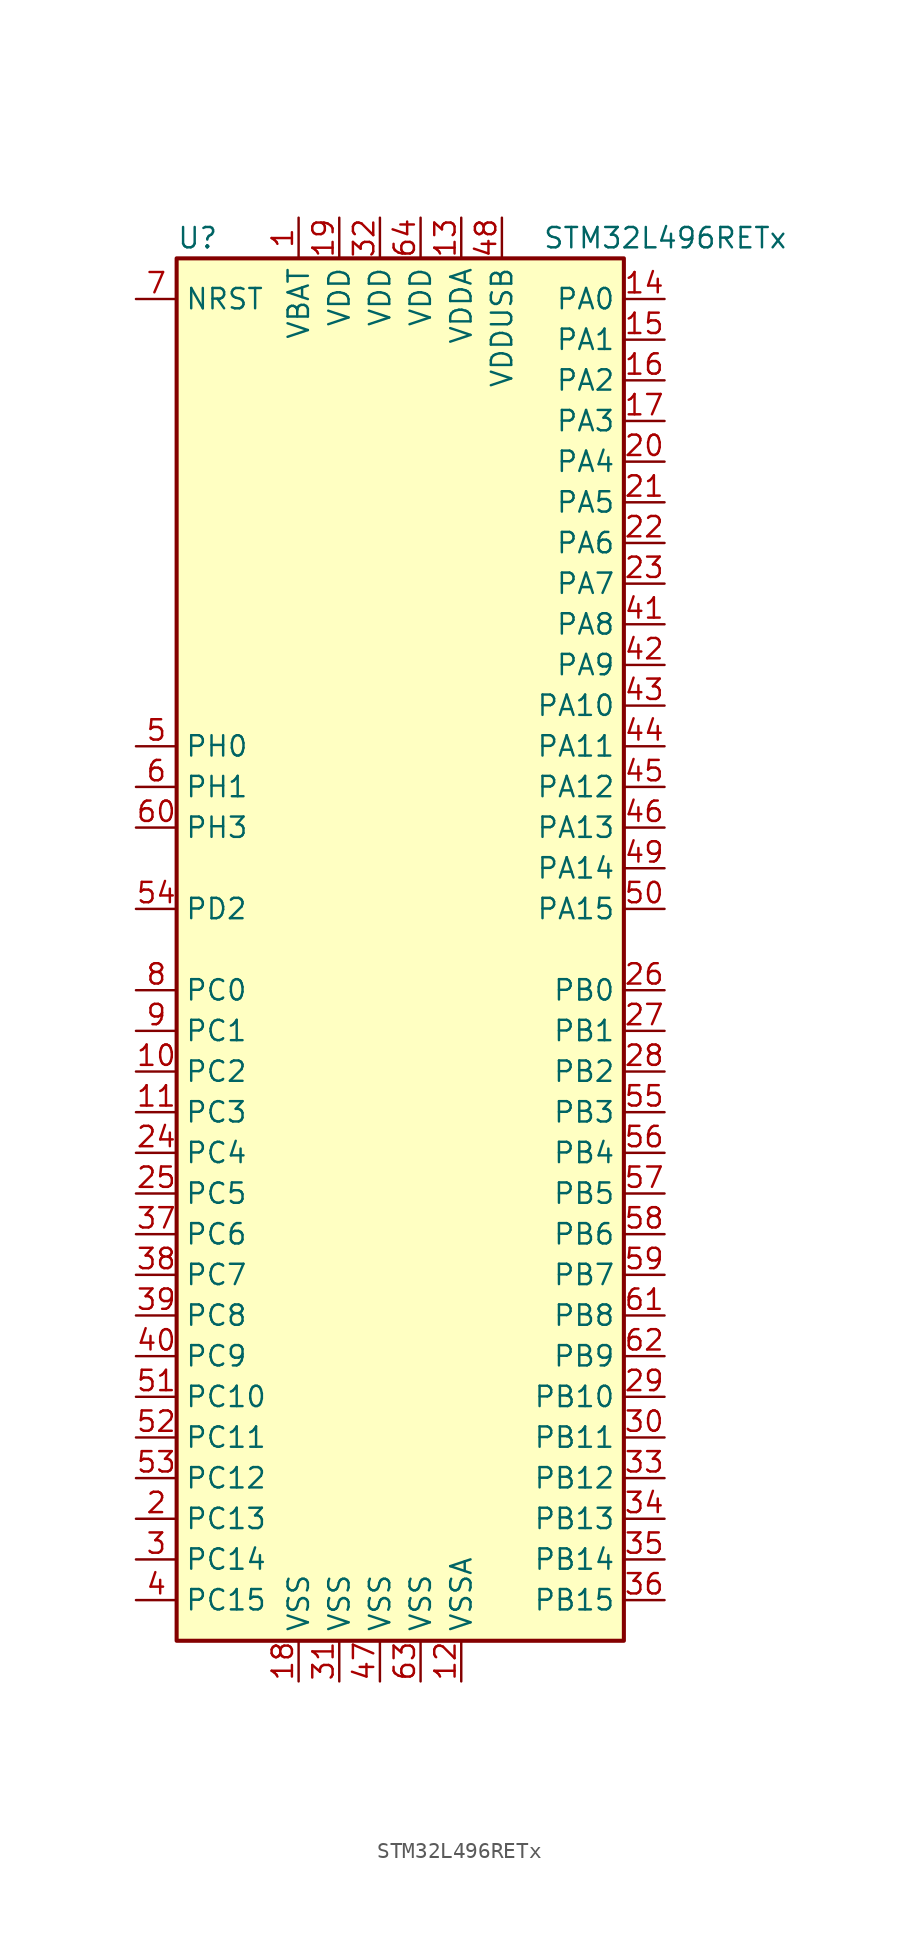
<source format=kicad_sym>
(kicad_symbol_lib
  (version 20201005)
  (generator kicad_symbol_editor)
  (symbol "STM32L496RETx"
    (property "Reference" "U"
      (at -15.24 44.45 0)
      (effects (font (size 1.27 1.27)) (justify left)))
    (property "Value" "STM32L496RETx"
      (at 7.62 44.45 0)
      (effects (font (size 1.27 1.27)) (justify left)))
    (symbol "STM32L496RETx_0_1"
      (rectangle (start -15.24 -43.18) (end 12.7 43.18) (stroke (width 0.254)) (fill (type background))))
    (symbol "STM32L496RETx_1_1"
      (pin input line (at -17.78 40.64 0) (length 2.54) (name "NRST" (effects (font (size 1.27 1.27)))) (number "7" (effects (font (size 1.27 1.27)))))
      (pin bidirectional line (at 15.24 40.64 180) (length 2.54) (name "PA0" (effects (font (size 1.27 1.27)))) (number "14" (effects (font (size 1.27 1.27)))))
      (pin bidirectional line (at 15.24 38.1 180) (length 2.54) (name "PA1" (effects (font (size 1.27 1.27)))) (number "15" (effects (font (size 1.27 1.27)))))
      (pin bidirectional line (at 15.24 15.24 180) (length 2.54) (name "PA10" (effects (font (size 1.27 1.27)))) (number "43" (effects (font (size 1.27 1.27)))))
      (pin bidirectional line (at 15.24 12.7 180) (length 2.54) (name "PA11" (effects (font (size 1.27 1.27)))) (number "44" (effects (font (size 1.27 1.27)))))
      (pin bidirectional line (at 15.24 10.16 180) (length 2.54) (name "PA12" (effects (font (size 1.27 1.27)))) (number "45" (effects (font (size 1.27 1.27)))))
      (pin bidirectional line (at 15.24 7.62 180) (length 2.54) (name "PA13" (effects (font (size 1.27 1.27)))) (number "46" (effects (font (size 1.27 1.27)))))
      (pin bidirectional line (at 15.24 5.08 180) (length 2.54) (name "PA14" (effects (font (size 1.27 1.27)))) (number "49" (effects (font (size 1.27 1.27)))))
      (pin bidirectional line (at 15.24 2.54 180) (length 2.54) (name "PA15" (effects (font (size 1.27 1.27)))) (number "50" (effects (font (size 1.27 1.27)))))
      (pin bidirectional line (at 15.24 35.56 180) (length 2.54) (name "PA2" (effects (font (size 1.27 1.27)))) (number "16" (effects (font (size 1.27 1.27)))))
      (pin bidirectional line (at 15.24 33.02 180) (length 2.54) (name "PA3" (effects (font (size 1.27 1.27)))) (number "17" (effects (font (size 1.27 1.27)))))
      (pin bidirectional line (at 15.24 30.48 180) (length 2.54) (name "PA4" (effects (font (size 1.27 1.27)))) (number "20" (effects (font (size 1.27 1.27)))))
      (pin bidirectional line (at 15.24 27.94 180) (length 2.54) (name "PA5" (effects (font (size 1.27 1.27)))) (number "21" (effects (font (size 1.27 1.27)))))
      (pin bidirectional line (at 15.24 25.4 180) (length 2.54) (name "PA6" (effects (font (size 1.27 1.27)))) (number "22" (effects (font (size 1.27 1.27)))))
      (pin bidirectional line (at 15.24 22.86 180) (length 2.54) (name "PA7" (effects (font (size 1.27 1.27)))) (number "23" (effects (font (size 1.27 1.27)))))
      (pin bidirectional line (at 15.24 20.32 180) (length 2.54) (name "PA8" (effects (font (size 1.27 1.27)))) (number "41" (effects (font (size 1.27 1.27)))))
      (pin bidirectional line (at 15.24 17.78 180) (length 2.54) (name "PA9" (effects (font (size 1.27 1.27)))) (number "42" (effects (font (size 1.27 1.27)))))
      (pin bidirectional line (at 15.24 -2.54 180) (length 2.54) (name "PB0" (effects (font (size 1.27 1.27)))) (number "26" (effects (font (size 1.27 1.27)))))
      (pin bidirectional line (at 15.24 -5.08 180) (length 2.54) (name "PB1" (effects (font (size 1.27 1.27)))) (number "27" (effects (font (size 1.27 1.27)))))
      (pin bidirectional line (at 15.24 -27.94 180) (length 2.54) (name "PB10" (effects (font (size 1.27 1.27)))) (number "29" (effects (font (size 1.27 1.27)))))
      (pin bidirectional line (at 15.24 -30.48 180) (length 2.54) (name "PB11" (effects (font (size 1.27 1.27)))) (number "30" (effects (font (size 1.27 1.27)))))
      (pin bidirectional line (at 15.24 -33.02 180) (length 2.54) (name "PB12" (effects (font (size 1.27 1.27)))) (number "33" (effects (font (size 1.27 1.27)))))
      (pin bidirectional line (at 15.24 -35.56 180) (length 2.54) (name "PB13" (effects (font (size 1.27 1.27)))) (number "34" (effects (font (size 1.27 1.27)))))
      (pin bidirectional line (at 15.24 -38.1 180) (length 2.54) (name "PB14" (effects (font (size 1.27 1.27)))) (number "35" (effects (font (size 1.27 1.27)))))
      (pin bidirectional line (at 15.24 -40.64 180) (length 2.54) (name "PB15" (effects (font (size 1.27 1.27)))) (number "36" (effects (font (size 1.27 1.27)))))
      (pin bidirectional line (at 15.24 -7.62 180) (length 2.54) (name "PB2" (effects (font (size 1.27 1.27)))) (number "28" (effects (font (size 1.27 1.27)))))
      (pin bidirectional line (at 15.24 -10.16 180) (length 2.54) (name "PB3" (effects (font (size 1.27 1.27)))) (number "55" (effects (font (size 1.27 1.27)))))
      (pin bidirectional line (at 15.24 -12.7 180) (length 2.54) (name "PB4" (effects (font (size 1.27 1.27)))) (number "56" (effects (font (size 1.27 1.27)))))
      (pin bidirectional line (at 15.24 -15.24 180) (length 2.54) (name "PB5" (effects (font (size 1.27 1.27)))) (number "57" (effects (font (size 1.27 1.27)))))
      (pin bidirectional line (at 15.24 -17.78 180) (length 2.54) (name "PB6" (effects (font (size 1.27 1.27)))) (number "58" (effects (font (size 1.27 1.27)))))
      (pin bidirectional line (at 15.24 -20.32 180) (length 2.54) (name "PB7" (effects (font (size 1.27 1.27)))) (number "59" (effects (font (size 1.27 1.27)))))
      (pin bidirectional line (at 15.24 -22.86 180) (length 2.54) (name "PB8" (effects (font (size 1.27 1.27)))) (number "61" (effects (font (size 1.27 1.27)))))
      (pin bidirectional line (at 15.24 -25.4 180) (length 2.54) (name "PB9" (effects (font (size 1.27 1.27)))) (number "62" (effects (font (size 1.27 1.27)))))
      (pin bidirectional line (at -17.78 -2.54 0) (length 2.54) (name "PC0" (effects (font (size 1.27 1.27)))) (number "8" (effects (font (size 1.27 1.27)))))
      (pin bidirectional line (at -17.78 -5.08 0) (length 2.54) (name "PC1" (effects (font (size 1.27 1.27)))) (number "9" (effects (font (size 1.27 1.27)))))
      (pin bidirectional line (at -17.78 -27.94 0) (length 2.54) (name "PC10" (effects (font (size 1.27 1.27)))) (number "51" (effects (font (size 1.27 1.27)))))
      (pin bidirectional line (at -17.78 -30.48 0) (length 2.54) (name "PC11" (effects (font (size 1.27 1.27)))) (number "52" (effects (font (size 1.27 1.27)))))
      (pin bidirectional line (at -17.78 -33.02 0) (length 2.54) (name "PC12" (effects (font (size 1.27 1.27)))) (number "53" (effects (font (size 1.27 1.27)))))
      (pin bidirectional line (at -17.78 -35.56 0) (length 2.54) (name "PC13" (effects (font (size 1.27 1.27)))) (number "2" (effects (font (size 1.27 1.27)))))
      (pin bidirectional line (at -17.78 -38.1 0) (length 2.54) (name "PC14" (effects (font (size 1.27 1.27)))) (number "3" (effects (font (size 1.27 1.27)))))
      (pin bidirectional line (at -17.78 -40.64 0) (length 2.54) (name "PC15" (effects (font (size 1.27 1.27)))) (number "4" (effects (font (size 1.27 1.27)))))
      (pin bidirectional line (at -17.78 -7.62 0) (length 2.54) (name "PC2" (effects (font (size 1.27 1.27)))) (number "10" (effects (font (size 1.27 1.27)))))
      (pin bidirectional line (at -17.78 -10.16 0) (length 2.54) (name "PC3" (effects (font (size 1.27 1.27)))) (number "11" (effects (font (size 1.27 1.27)))))
      (pin bidirectional line (at -17.78 -12.7 0) (length 2.54) (name "PC4" (effects (font (size 1.27 1.27)))) (number "24" (effects (font (size 1.27 1.27)))))
      (pin bidirectional line (at -17.78 -15.24 0) (length 2.54) (name "PC5" (effects (font (size 1.27 1.27)))) (number "25" (effects (font (size 1.27 1.27)))))
      (pin bidirectional line (at -17.78 -17.78 0) (length 2.54) (name "PC6" (effects (font (size 1.27 1.27)))) (number "37" (effects (font (size 1.27 1.27)))))
      (pin bidirectional line (at -17.78 -20.32 0) (length 2.54) (name "PC7" (effects (font (size 1.27 1.27)))) (number "38" (effects (font (size 1.27 1.27)))))
      (pin bidirectional line (at -17.78 -22.86 0) (length 2.54) (name "PC8" (effects (font (size 1.27 1.27)))) (number "39" (effects (font (size 1.27 1.27)))))
      (pin bidirectional line (at -17.78 -25.4 0) (length 2.54) (name "PC9" (effects (font (size 1.27 1.27)))) (number "40" (effects (font (size 1.27 1.27)))))
      (pin bidirectional line (at -17.78 2.54 0) (length 2.54) (name "PD2" (effects (font (size 1.27 1.27)))) (number "54" (effects (font (size 1.27 1.27)))))
      (pin input line (at -17.78 12.7 0) (length 2.54) (name "PH0" (effects (font (size 1.27 1.27)))) (number "5" (effects (font (size 1.27 1.27)))))
      (pin input line (at -17.78 10.16 0) (length 2.54) (name "PH1" (effects (font (size 1.27 1.27)))) (number "6" (effects (font (size 1.27 1.27)))))
      (pin bidirectional line (at -17.78 7.62 0) (length 2.54) (name "PH3" (effects (font (size 1.27 1.27)))) (number "60" (effects (font (size 1.27 1.27)))))
      (pin power_in line (at -7.62 45.72 270) (length 2.54) (name "VBAT" (effects (font (size 1.27 1.27)))) (number "1" (effects (font (size 1.27 1.27)))))
      (pin power_in line (at -5.08 45.72 270) (length 2.54) (name "VDD" (effects (font (size 1.27 1.27)))) (number "19" (effects (font (size 1.27 1.27)))))
      (pin power_in line (at -2.54 45.72 270) (length 2.54) (name "VDD" (effects (font (size 1.27 1.27)))) (number "32" (effects (font (size 1.27 1.27)))))
      (pin power_in line (at 0 45.72 270) (length 2.54) (name "VDD" (effects (font (size 1.27 1.27)))) (number "64" (effects (font (size 1.27 1.27)))))
      (pin power_in line (at 2.54 45.72 270) (length 2.54) (name "VDDA" (effects (font (size 1.27 1.27)))) (number "13" (effects (font (size 1.27 1.27)))))
      (pin power_in line (at 5.08 45.72 270) (length 2.54) (name "VDDUSB" (effects (font (size 1.27 1.27)))) (number "48" (effects (font (size 1.27 1.27)))))
      (pin power_in line (at -7.62 -45.72 90) (length 2.54) (name "VSS" (effects (font (size 1.27 1.27)))) (number "18" (effects (font (size 1.27 1.27)))))
      (pin power_in line (at -5.08 -45.72 90) (length 2.54) (name "VSS" (effects (font (size 1.27 1.27)))) (number "31" (effects (font (size 1.27 1.27)))))
      (pin power_in line (at -2.54 -45.72 90) (length 2.54) (name "VSS" (effects (font (size 1.27 1.27)))) (number "47" (effects (font (size 1.27 1.27)))))
      (pin power_in line (at 0 -45.72 90) (length 2.54) (name "VSS" (effects (font (size 1.27 1.27)))) (number "63" (effects (font (size 1.27 1.27)))))
      (pin power_in line (at 2.54 -45.72 90) (length 2.54) (name "VSSA" (effects (font (size 1.27 1.27)))) (number "12" (effects (font (size 1.27 1.27))))))))
</source>
